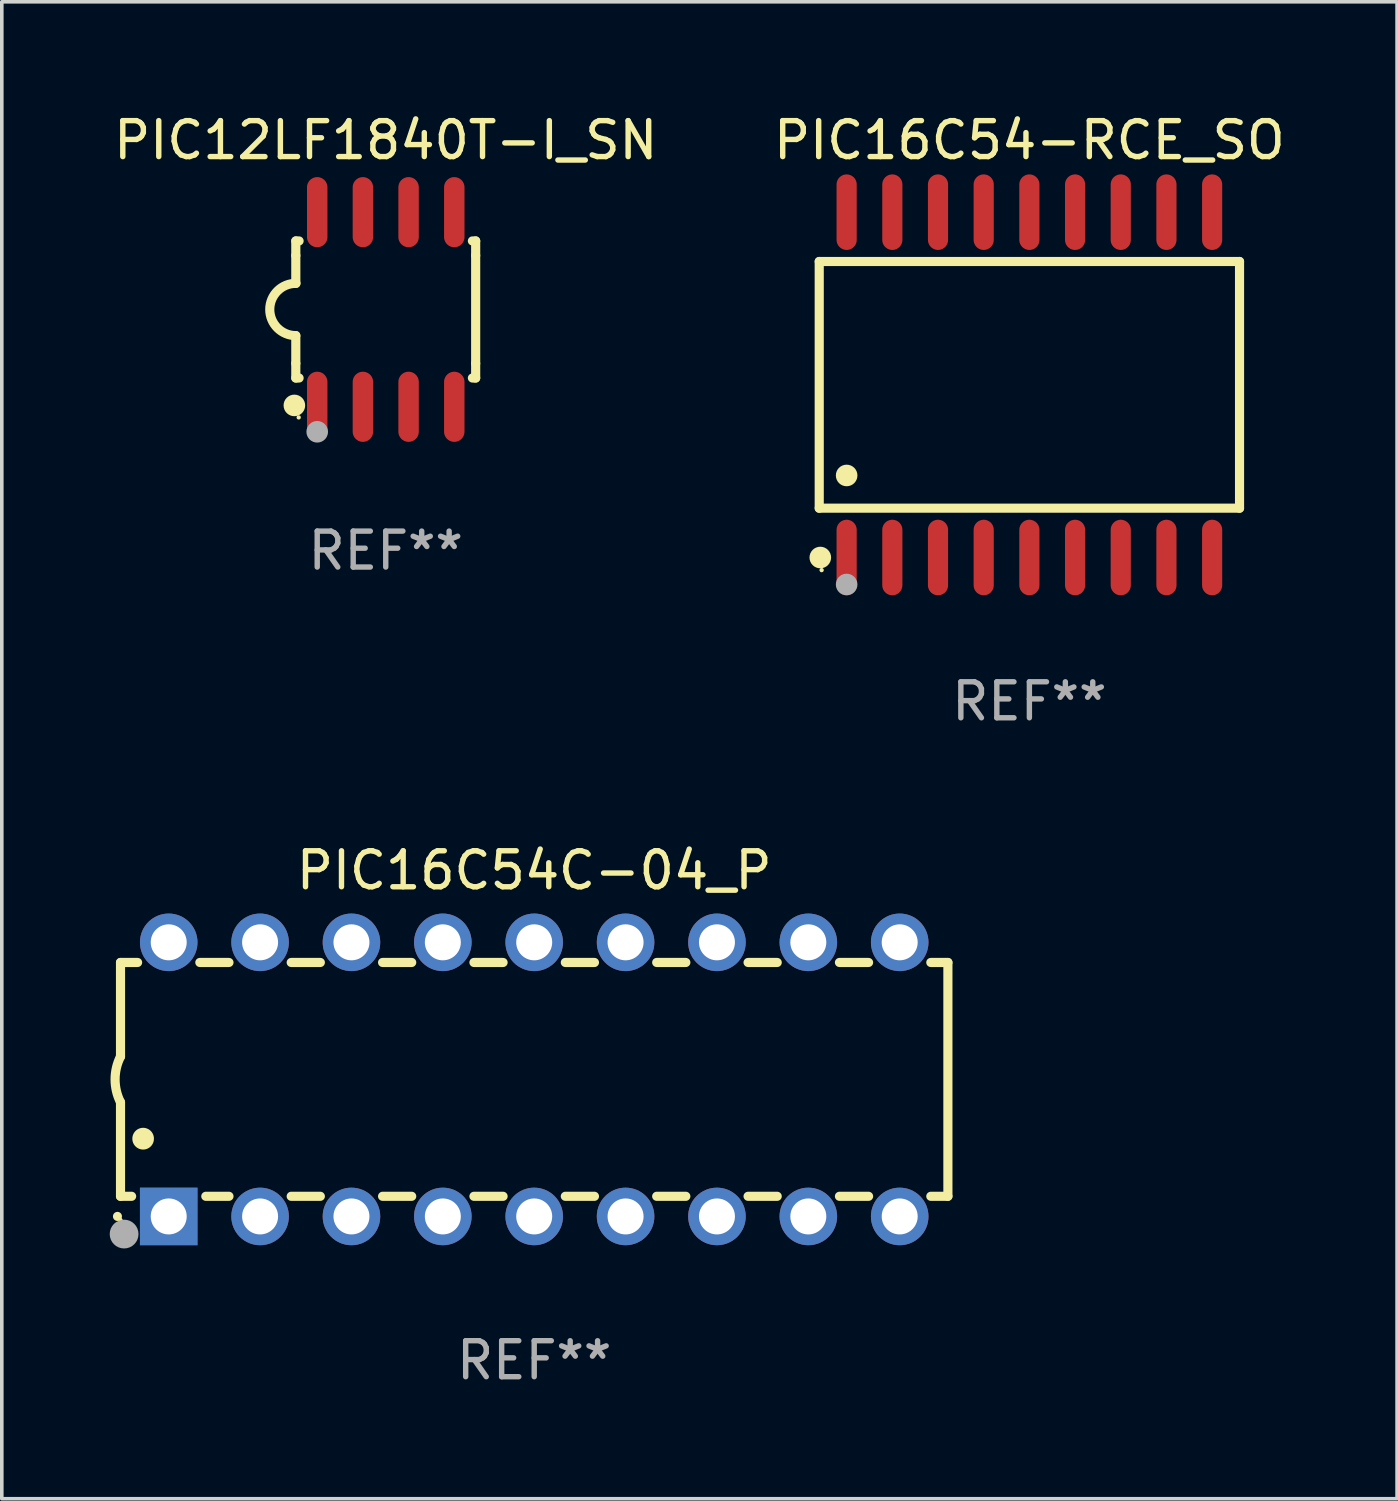
<source format=kicad_pcb>
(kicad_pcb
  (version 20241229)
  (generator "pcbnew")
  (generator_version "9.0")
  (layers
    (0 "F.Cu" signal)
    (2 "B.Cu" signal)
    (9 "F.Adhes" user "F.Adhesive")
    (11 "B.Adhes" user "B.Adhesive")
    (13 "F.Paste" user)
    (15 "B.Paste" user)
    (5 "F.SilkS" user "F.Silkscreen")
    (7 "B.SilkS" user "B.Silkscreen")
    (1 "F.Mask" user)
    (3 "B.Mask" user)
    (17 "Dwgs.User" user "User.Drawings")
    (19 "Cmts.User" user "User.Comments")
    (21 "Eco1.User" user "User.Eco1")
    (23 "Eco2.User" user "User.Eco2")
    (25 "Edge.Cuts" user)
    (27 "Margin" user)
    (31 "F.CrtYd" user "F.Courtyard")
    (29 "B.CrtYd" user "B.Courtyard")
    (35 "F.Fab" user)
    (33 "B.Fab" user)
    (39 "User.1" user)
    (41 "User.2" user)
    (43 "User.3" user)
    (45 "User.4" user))
  (footprint "PIC12LF1840T-I_SN"
    (layer "F.Cu")
    (at 7.673 5.553)
    (property "Reference" "PIC12LF1840T-I_SN" (at 0 -4.705 0) (layer "F.SilkS") (effects (font (size 1 1) (thickness 0.15))))
    (attr through_hole)
    (fp_line (start -2.5 -1.905) (end -2.409 -1.905) (stroke (width 0.254) (type solid)) (layer "F.SilkS"))
    (fp_line (start -2.5 -1.5) (end -2.5 -1.905) (stroke (width 0.254) (type solid)) (layer "F.SilkS"))
    (fp_line (start -2.5 -1.5) (end -2.5 -0.726) (stroke (width 0.254) (type solid)) (layer "F.SilkS"))
    (fp_line (start -2.5 1.5) (end -2.5 0.727) (stroke (width 0.254) (type solid)) (layer "F.SilkS"))
    (fp_line (start -2.5 1.5) (end -2.5 1.905) (stroke (width 0.254) (type solid)) (layer "F.SilkS"))
    (fp_line (start -2.5 1.905) (end -2.409 1.905) (stroke (width 0.254) (type solid)) (layer "F.SilkS"))
    (fp_line (start 2.5 -1.905) (end 2.409 -1.905) (stroke (width 0.254) (type solid)) (layer "F.SilkS"))
    (fp_line (start 2.5 -1.5) (end 2.5 -1.905) (stroke (width 0.254) (type solid)) (layer "F.SilkS"))
    (fp_line (start 2.5 -1.5) (end 2.5 1.5) (stroke (width 0.254) (type solid)) (layer "F.SilkS"))
    (fp_line (start 2.5 1.5) (end 2.5 1.905) (stroke (width 0.254) (type solid)) (layer "F.SilkS"))
    (fp_line (start 2.5 1.905) (end 2.409 1.905) (stroke (width 0.254) (type solid)) (layer "F.SilkS"))
    (fp_arc (start -2.5 0.726568) (mid -3.220316 -0.0023) (end -2.495097 -0.726289) (stroke (width 0.254001) (type solid)) (layer "F.SilkS"))
    (fp_circle (center -2.54 2.667) (end -2.39 2.667) (stroke (width 0.3) (type solid)) (fill no) (layer "F.SilkS"))
    (fp_circle (center -2.42 3) (end -2.39 3) (stroke (width 0.06) (type solid)) (fill no) (layer "F.SilkS"))
    (fp_circle (center -1.905 3.4) (end -1.755 3.4) (stroke (width 0.3) (type solid)) (fill no) (layer "F.Fab"))
    (fp_text user "REF**" (at 0 6.705 0) (layer "F.Fab") (effects (font (size 1 1) (thickness 0.15))))
    (pad "1" smd oval (at -1.905 2.705) (size 0.568 1.95) (layers "F.Cu" "F.Mask" "F.Paste"))
    (pad "2" smd oval (at -0.635 2.705) (size 0.568 1.95) (layers "F.Cu" "F.Mask" "F.Paste"))
    (pad "3" smd oval (at 0.635 2.705) (size 0.568 1.95) (layers "F.Cu" "F.Mask" "F.Paste"))
    (pad "4" smd oval (at 1.905 2.705) (size 0.568 1.95) (layers "F.Cu" "F.Mask" "F.Paste"))
    (pad "5" smd oval (at 1.905 -2.705) (size 0.568 1.95) (layers "F.Cu" "F.Mask" "F.Paste"))
    (pad "6" smd oval (at 0.635 -2.705) (size 0.568 1.95) (layers "F.Cu" "F.Mask" "F.Paste"))
    (pad "7" smd oval (at -0.635 -2.705) (size 0.568 1.95) (layers "F.Cu" "F.Mask" "F.Paste"))
    (pad "8" smd oval (at -1.905 -2.705) (size 0.568 1.95) (layers "F.Cu" "F.Mask" "F.Paste")))
  (footprint "PIC16C54-RCE_SO"
    (layer "F.Cu")
    (at 25.565 7.648)
    (property "Reference" "PIC16C54-RCE_SO" (at 0 -6.8 0) (layer "F.SilkS") (effects (font (size 1 1) (thickness 0.15))))
    (attr through_hole)
    (fp_line (start -5.842 -3.429) (end -5.842 3.429) (stroke (width 0.254) (type solid)) (layer "F.SilkS"))
    (fp_line (start -5.842 3.429) (end 5.842 3.429) (stroke (width 0.254) (type solid)) (layer "F.SilkS"))
    (fp_line (start 5.842 -3.429) (end -5.842 -3.429) (stroke (width 0.254) (type solid)) (layer "F.SilkS"))
    (fp_line (start 5.842 3.429) (end 5.842 -3.429) (stroke (width 0.254) (type solid)) (layer "F.SilkS"))
    (fp_circle (center -5.812 4.8) (end -5.662 4.8) (stroke (width 0.3) (type solid)) (fill no) (layer "F.SilkS"))
    (fp_circle (center -5.775 5.15) (end -5.745 5.15) (stroke (width 0.06) (type solid)) (fill no) (layer "F.SilkS"))
    (fp_circle (center -5.08 2.519) (end -4.93 2.519) (stroke (width 0.3) (type solid)) (fill no) (layer "F.SilkS"))
    (fp_circle (center -5.08 5.55) (end -4.93 5.55) (stroke (width 0.3) (type solid)) (fill no) (layer "F.Fab"))
    (fp_text user "REF**" (at 0 8.8 0) (layer "F.Fab") (effects (font (size 1 1) (thickness 0.15))))
    (pad "1" smd oval (at -5.08 4.8) (size 0.56 2.1) (layers "F.Cu" "F.Mask" "F.Paste"))
    (pad "2" smd oval (at -3.81 4.8) (size 0.56 2.1) (layers "F.Cu" "F.Mask" "F.Paste"))
    (pad "3" smd oval (at -2.54 4.8) (size 0.56 2.1) (layers "F.Cu" "F.Mask" "F.Paste"))
    (pad "4" smd oval (at -1.27 4.8) (size 0.56 2.1) (layers "F.Cu" "F.Mask" "F.Paste"))
    (pad "5" smd oval (at 0 4.8) (size 0.56 2.1) (layers "F.Cu" "F.Mask" "F.Paste"))
    (pad "6" smd oval (at 1.27 4.8) (size 0.56 2.1) (layers "F.Cu" "F.Mask" "F.Paste"))
    (pad "7" smd oval (at 2.54 4.8) (size 0.56 2.1) (layers "F.Cu" "F.Mask" "F.Paste"))
    (pad "8" smd oval (at 3.81 4.8) (size 0.56 2.1) (layers "F.Cu" "F.Mask" "F.Paste"))
    (pad "9" smd oval (at 5.08 4.8) (size 0.56 2.1) (layers "F.Cu" "F.Mask" "F.Paste"))
    (pad "10" smd oval (at 5.08 -4.8) (size 0.56 2.1) (layers "F.Cu" "F.Mask" "F.Paste"))
    (pad "11" smd oval (at 3.81 -4.8) (size 0.56 2.1) (layers "F.Cu" "F.Mask" "F.Paste"))
    (pad "12" smd oval (at 2.54 -4.8) (size 0.56 2.1) (layers "F.Cu" "F.Mask" "F.Paste"))
    (pad "13" smd oval (at 1.27 -4.8) (size 0.56 2.1) (layers "F.Cu" "F.Mask" "F.Paste"))
    (pad "14" smd oval (at 0 -4.8) (size 0.56 2.1) (layers "F.Cu" "F.Mask" "F.Paste"))
    (pad "15" smd oval (at -1.27 -4.8) (size 0.56 2.1) (layers "F.Cu" "F.Mask" "F.Paste"))
    (pad "16" smd oval (at -2.54 -4.8) (size 0.56 2.1) (layers "F.Cu" "F.Mask" "F.Paste"))
    (pad "17" smd oval (at -3.81 -4.8) (size 0.56 2.1) (layers "F.Cu" "F.Mask" "F.Paste"))
    (pad "18" smd oval (at -5.08 -4.8) (size 0.56 2.1) (layers "F.Cu" "F.Mask" "F.Paste")))
  (footprint "PIC16C54C-04_P"
    (layer "F.Cu")
    (at 11.8 26.955)
    (property "Reference" "PIC16C54C-04_P" (at 0 -5.81 0) (layer "F.SilkS") (effects (font (size 1 1) (thickness 0.15))))
    (attr through_hole)
    (fp_line (start -11.5 -3.25) (end -11.5 -0.635) (stroke (width 0.254) (type solid)) (layer "F.SilkS"))
    (fp_line (start -11.5 3.25) (end -11.5 0.635) (stroke (width 0.254) (type solid)) (layer "F.SilkS"))
    (fp_line (start -11.5 3.25) (end -11.191 3.25) (stroke (width 0.254) (type solid)) (layer "F.SilkS"))
    (fp_line (start -11.025 -3.25) (end -11.5 -3.25) (stroke (width 0.254) (type solid)) (layer "F.SilkS"))
    (fp_line (start -9.129 3.25) (end -8.485 3.25) (stroke (width 0.254) (type solid)) (layer "F.SilkS"))
    (fp_line (start -8.485 -3.25) (end -9.295 -3.25) (stroke (width 0.254) (type solid)) (layer "F.SilkS"))
    (fp_line (start -6.755 3.25) (end -5.945 3.25) (stroke (width 0.254) (type solid)) (layer "F.SilkS"))
    (fp_line (start -5.945 -3.25) (end -6.755 -3.25) (stroke (width 0.254) (type solid)) (layer "F.SilkS"))
    (fp_line (start -4.215 3.25) (end -3.405 3.25) (stroke (width 0.254) (type solid)) (layer "F.SilkS"))
    (fp_line (start -3.405 -3.25) (end -4.215 -3.25) (stroke (width 0.254) (type solid)) (layer "F.SilkS"))
    (fp_line (start -1.675 3.25) (end -0.865 3.25) (stroke (width 0.254) (type solid)) (layer "F.SilkS"))
    (fp_line (start -0.865 -3.25) (end -1.675 -3.25) (stroke (width 0.254) (type solid)) (layer "F.SilkS"))
    (fp_line (start 0.865 3.25) (end 1.675 3.25) (stroke (width 0.254) (type solid)) (layer "F.SilkS"))
    (fp_line (start 1.675 -3.25) (end 0.865 -3.25) (stroke (width 0.254) (type solid)) (layer "F.SilkS"))
    (fp_line (start 3.405 3.25) (end 4.215 3.25) (stroke (width 0.254) (type solid)) (layer "F.SilkS"))
    (fp_line (start 4.215 -3.25) (end 3.405 -3.25) (stroke (width 0.254) (type solid)) (layer "F.SilkS"))
    (fp_line (start 5.945 3.25) (end 6.755 3.25) (stroke (width 0.254) (type solid)) (layer "F.SilkS"))
    (fp_line (start 6.755 -3.25) (end 5.945 -3.25) (stroke (width 0.254) (type solid)) (layer "F.SilkS"))
    (fp_line (start 8.485 3.25) (end 9.295 3.25) (stroke (width 0.254) (type solid)) (layer "F.SilkS"))
    (fp_line (start 9.295 -3.25) (end 8.485 -3.25) (stroke (width 0.254) (type solid)) (layer "F.SilkS"))
    (fp_line (start 11.025 3.25) (end 11.5 3.25) (stroke (width 0.254) (type solid)) (layer "F.SilkS"))
    (fp_line (start 11.5 -3.25) (end 11.025 -3.25) (stroke (width 0.254) (type solid)) (layer "F.SilkS"))
    (fp_line (start 11.5 -3.25) (end 11.5 3.25) (stroke (width 0.254) (type solid)) (layer "F.SilkS"))
    (fp_arc (start -11.584963 3.810008) (mid -11.58497 3.808738) (end -11.584963 3.807468) (stroke (width 0.25) (type solid)) (layer "F.SilkS"))
    (fp_arc (start -11.501143 0.635001) (mid -11.650665 -0.000132) (end -11.500025 -0.635001) (stroke (width 0.254001) (type solid)) (layer "F.SilkS"))
    (fp_arc (start -10.871222 1.651003) (mid -10.871233 1.648463) (end -10.871222 1.645923) (stroke (width 0.6) (type solid)) (layer "F.SilkS"))
    (fp_circle (center -11.5 3.91) (end -11.47 3.91) (stroke (width 0.06) (type solid)) (fill no) (layer "F.SilkS"))
    (fp_circle (center -11.4 4.3) (end -11.2 4.3) (stroke (width 0.4) (type solid)) (fill no) (layer "F.Fab"))
    (fp_text user "REF**" (at 0 7.81 0) (layer "F.Fab") (effects (font (size 1 1) (thickness 0.15))))
    (pad "1" thru_hole rect (at -10.16 3.81 90) (size 1.6 1.6) (drill 1) (layers "*.Cu" "*.Mask"))
    (pad "2" thru_hole circle (at -7.62 3.81 90) (size 1.6 1.6) (drill 1) (layers "*.Cu" "*.Mask"))
    (pad "3" thru_hole circle (at -5.08 3.81 90) (size 1.6 1.6) (drill 1) (layers "*.Cu" "*.Mask"))
    (pad "4" thru_hole circle (at -2.54 3.81 90) (size 1.6 1.6) (drill 1) (layers "*.Cu" "*.Mask"))
    (pad "5" thru_hole circle (at 0 3.81 90) (size 1.6 1.6) (drill 1) (layers "*.Cu" "*.Mask"))
    (pad "6" thru_hole circle (at 2.54 3.81 90) (size 1.6 1.6) (drill 1) (layers "*.Cu" "*.Mask"))
    (pad "7" thru_hole circle (at 5.08 3.81 90) (size 1.6 1.6) (drill 1) (layers "*.Cu" "*.Mask"))
    (pad "8" thru_hole circle (at 7.62 3.81 90) (size 1.6 1.6) (drill 1) (layers "*.Cu" "*.Mask"))
    (pad "9" thru_hole circle (at 10.16 3.81 90) (size 1.6 1.6) (drill 1) (layers "*.Cu" "*.Mask"))
    (pad "10" thru_hole circle (at 10.16 -3.81 90) (size 1.6 1.6) (drill 1) (layers "*.Cu" "*.Mask"))
    (pad "11" thru_hole circle (at 7.62 -3.81 90) (size 1.6 1.6) (drill 1) (layers "*.Cu" "*.Mask"))
    (pad "12" thru_hole circle (at 5.08 -3.81 90) (size 1.6 1.6) (drill 1) (layers "*.Cu" "*.Mask"))
    (pad "13" thru_hole circle (at 2.54 -3.81 90) (size 1.6 1.6) (drill 1) (layers "*.Cu" "*.Mask"))
    (pad "14" thru_hole circle (at 0 -3.81 90) (size 1.6 1.6) (drill 1) (layers "*.Cu" "*.Mask"))
    (pad "15" thru_hole circle (at -2.54 -3.81 90) (size 1.6 1.6) (drill 1) (layers "*.Cu" "*.Mask"))
    (pad "16" thru_hole circle (at -5.08 -3.81 90) (size 1.6 1.6) (drill 1) (layers "*.Cu" "*.Mask"))
    (pad "17" thru_hole circle (at -7.62 -3.81 90) (size 1.6 1.6) (drill 1) (layers "*.Cu" "*.Mask"))
    (pad "18" thru_hole circle (at -10.16 -3.81 90) (size 1.6 1.6) (drill 1) (layers "*.Cu" "*.Mask")))
  (gr_rect
    (start -3 -3)
    (end 35.786 38.613)
    (stroke (width 0.1) (type default))
    (fill no)
    (layer "Edge.Cuts")))
</source>
